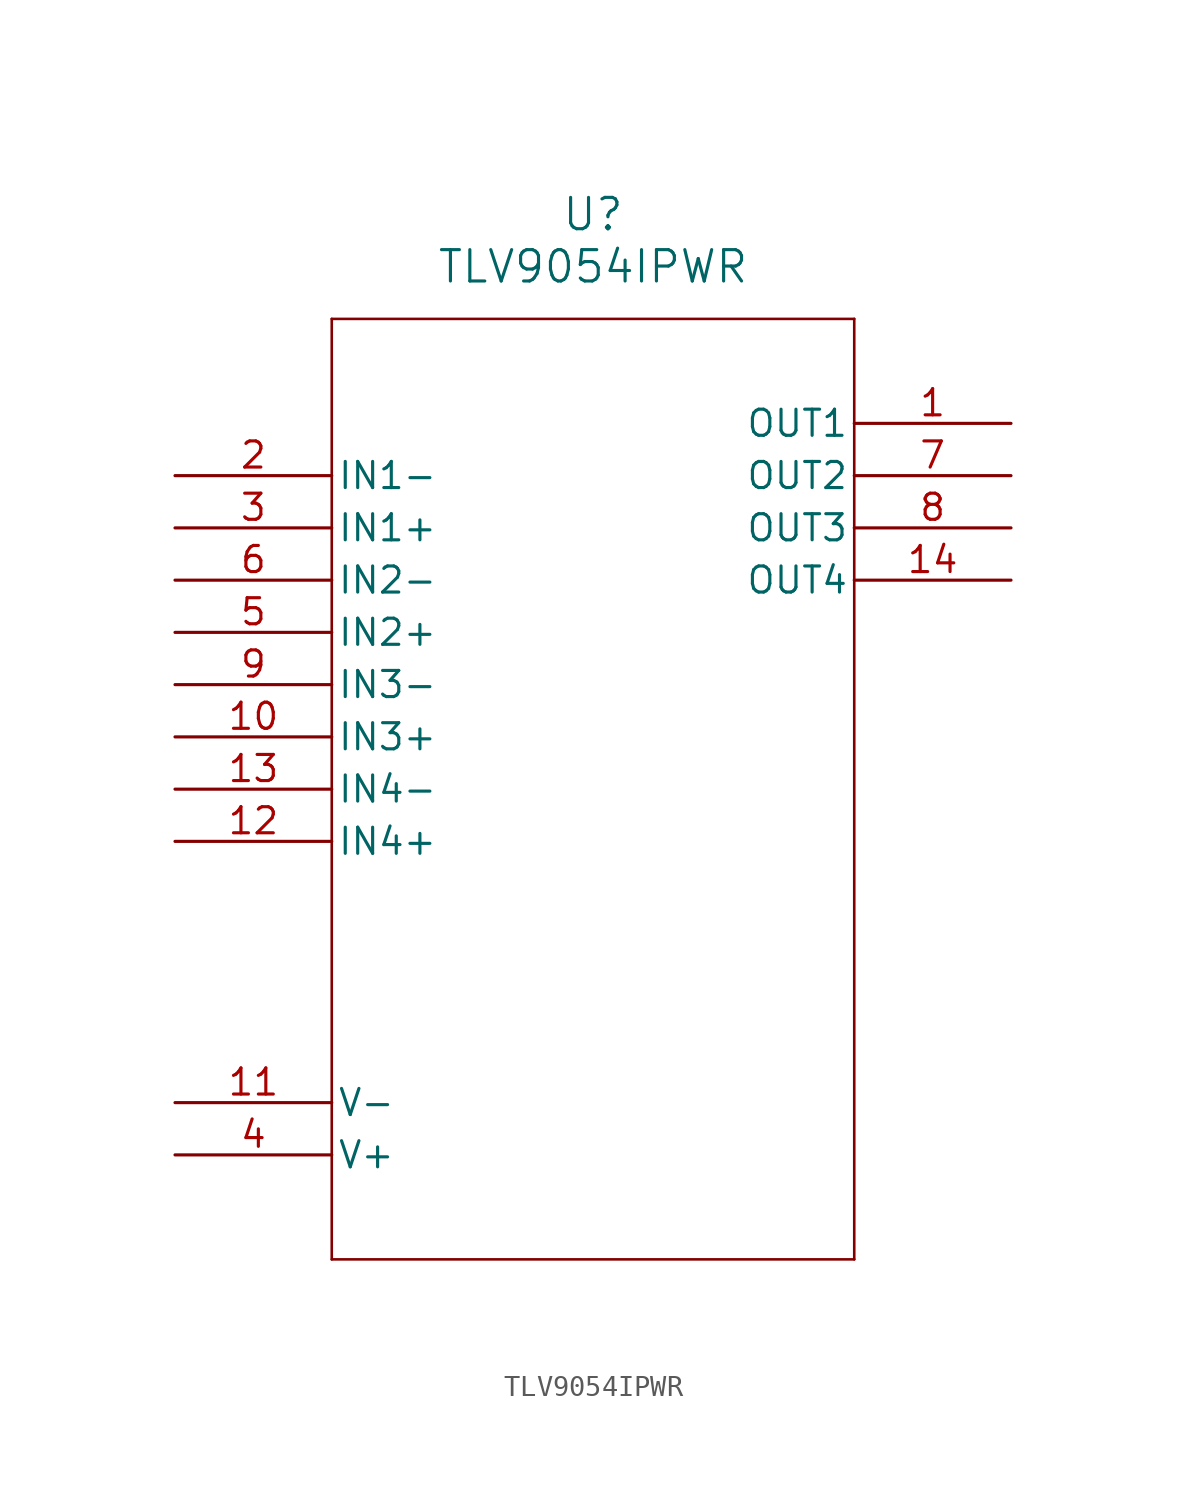
<source format=kicad_sym>
(kicad_symbol_lib
  (version 20211014)
  (generator kicad_symbol_editor)
  (symbol "TLV9054IPWR"
    (pin_names
      (offset 0.254))
    (property "Reference" "U"
      (at 20.32 12.7 0)
      (effects (font (size 1.524 1.524))))
    (property "Value" "TLV9054IPWR"
      (at 20.32 10.16 0)
      (effects (font (size 1.524 1.524))))
    (symbol "TLV9054IPWR_0_1"
      (polyline (pts (xy 7.62 7.62) (xy 7.62 -38.1)) (stroke (width 0.127) (type default) (color 0 0 0 0)) (fill (type none)))
      (polyline (pts (xy 7.62 -38.1) (xy 33.02 -38.1)) (stroke (width 0.127) (type default) (color 0 0 0 0)) (fill (type none)))
      (polyline (pts (xy 33.02 -38.1) (xy 33.02 7.62)) (stroke (width 0.127) (type default) (color 0 0 0 0)) (fill (type none)))
      (polyline (pts (xy 33.02 7.62) (xy 7.62 7.62)) (stroke (width 0.127) (type default) (color 0 0 0 0)) (fill (type none)))
      (pin output line (at 40.64 2.54 180) (length 7.62) (name "OUT1" (effects (font (size 1.27 1.27)))) (number "1" (effects (font (size 1.27 1.27)))))
      (pin input line (at 0 0 0) (length 7.62) (name "IN1-" (effects (font (size 1.27 1.27)))) (number "2" (effects (font (size 1.27 1.27)))))
      (pin input line (at 0 -2.54 0) (length 7.62) (name "IN1+" (effects (font (size 1.27 1.27)))) (number "3" (effects (font (size 1.27 1.27)))))
      (pin power_in line (at 0 -33.02 0) (length 7.62) (name "V+" (effects (font (size 1.27 1.27)))) (number "4" (effects (font (size 1.27 1.27)))))
      (pin input line (at 0 -7.62 0) (length 7.62) (name "IN2+" (effects (font (size 1.27 1.27)))) (number "5" (effects (font (size 1.27 1.27)))))
      (pin input line (at 0 -5.08 0) (length 7.62) (name "IN2-" (effects (font (size 1.27 1.27)))) (number "6" (effects (font (size 1.27 1.27)))))
      (pin output line (at 40.64 0 180) (length 7.62) (name "OUT2" (effects (font (size 1.27 1.27)))) (number "7" (effects (font (size 1.27 1.27)))))
      (pin output line (at 40.64 -2.54 180) (length 7.62) (name "OUT3" (effects (font (size 1.27 1.27)))) (number "8" (effects (font (size 1.27 1.27)))))
      (pin input line (at 0 -10.16 0) (length 7.62) (name "IN3-" (effects (font (size 1.27 1.27)))) (number "9" (effects (font (size 1.27 1.27)))))
      (pin input line (at 0 -12.7 0) (length 7.62) (name "IN3+" (effects (font (size 1.27 1.27)))) (number "10" (effects (font (size 1.27 1.27)))))
      (pin power_in line (at 0 -30.48 0) (length 7.62) (name "V-" (effects (font (size 1.27 1.27)))) (number "11" (effects (font (size 1.27 1.27)))))
      (pin input line (at 0 -17.78 0) (length 7.62) (name "IN4+" (effects (font (size 1.27 1.27)))) (number "12" (effects (font (size 1.27 1.27)))))
      (pin input line (at 0 -15.24 0) (length 7.62) (name "IN4-" (effects (font (size 1.27 1.27)))) (number "13" (effects (font (size 1.27 1.27)))))
      (pin output line (at 40.64 -5.08 180) (length 7.62) (name "OUT4" (effects (font (size 1.27 1.27)))) (number "14" (effects (font (size 1.27 1.27))))))))
</source>
